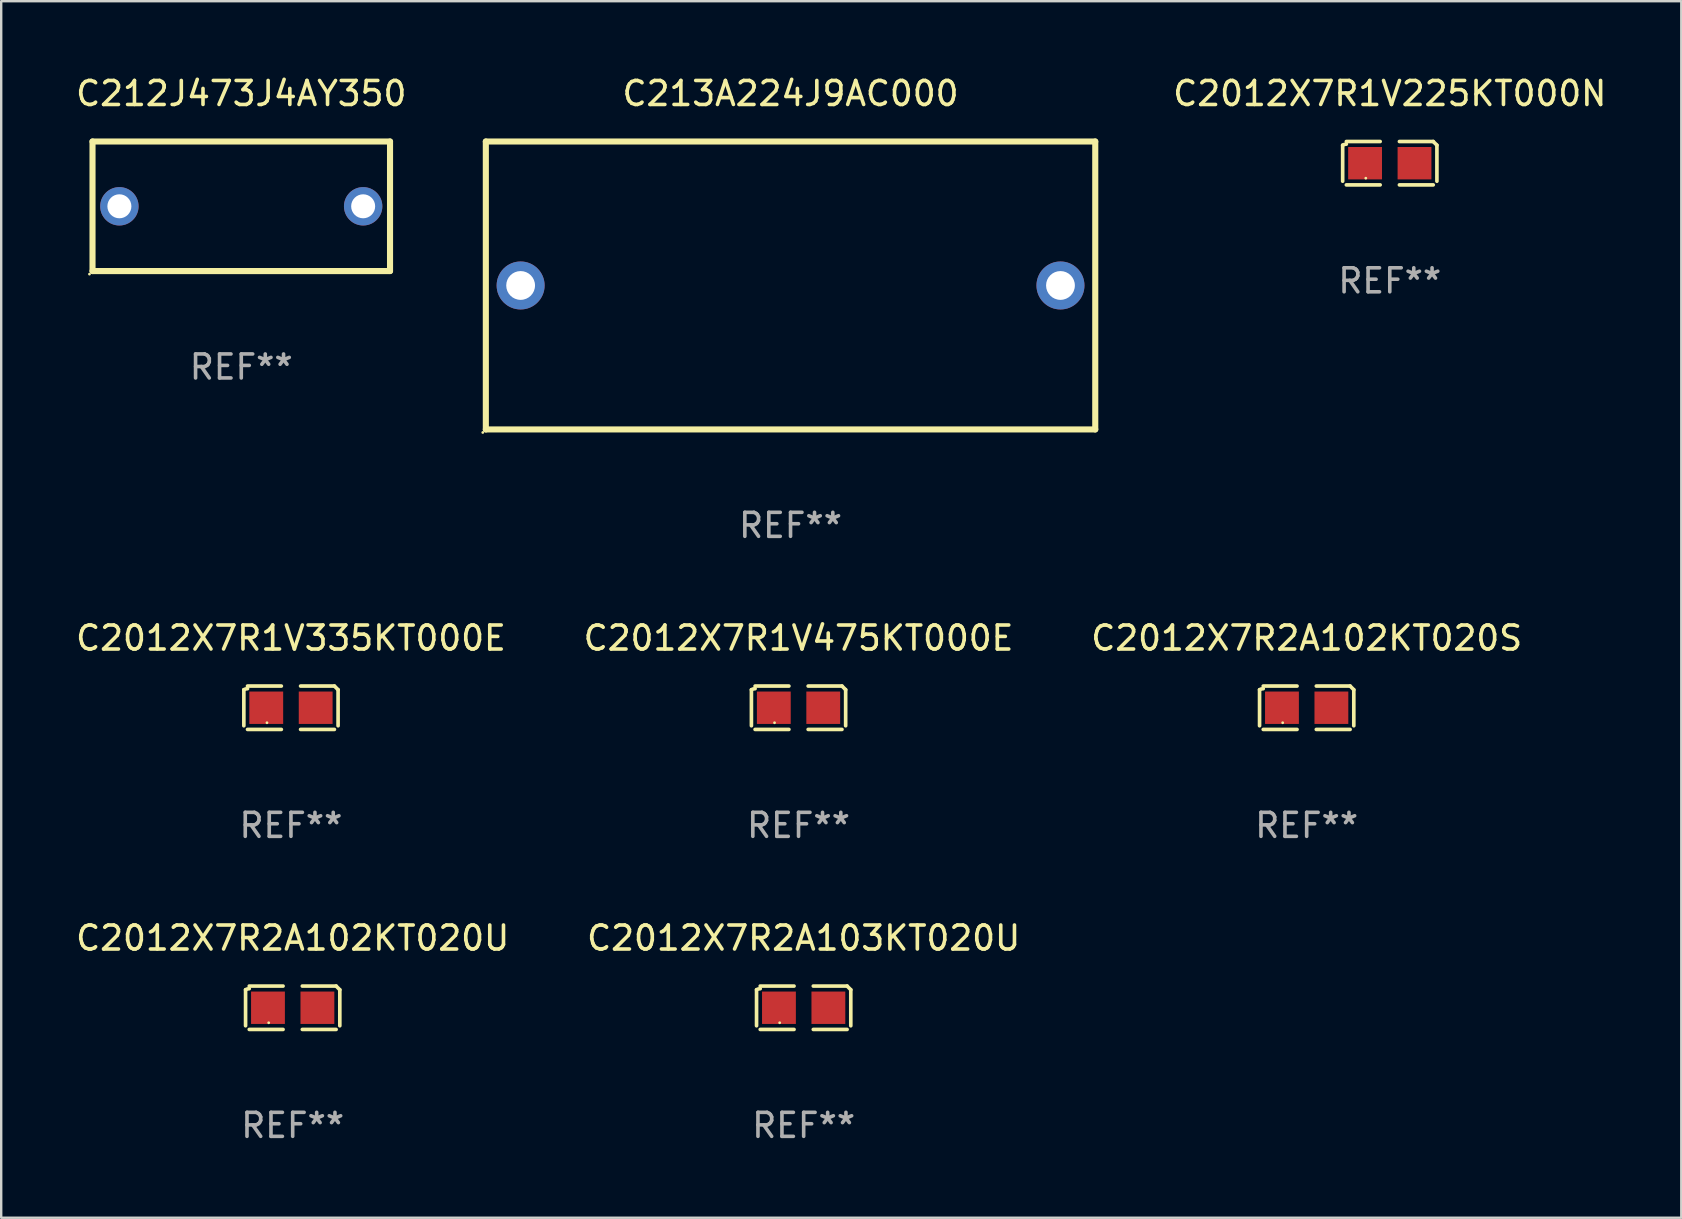
<source format=kicad_pcb>
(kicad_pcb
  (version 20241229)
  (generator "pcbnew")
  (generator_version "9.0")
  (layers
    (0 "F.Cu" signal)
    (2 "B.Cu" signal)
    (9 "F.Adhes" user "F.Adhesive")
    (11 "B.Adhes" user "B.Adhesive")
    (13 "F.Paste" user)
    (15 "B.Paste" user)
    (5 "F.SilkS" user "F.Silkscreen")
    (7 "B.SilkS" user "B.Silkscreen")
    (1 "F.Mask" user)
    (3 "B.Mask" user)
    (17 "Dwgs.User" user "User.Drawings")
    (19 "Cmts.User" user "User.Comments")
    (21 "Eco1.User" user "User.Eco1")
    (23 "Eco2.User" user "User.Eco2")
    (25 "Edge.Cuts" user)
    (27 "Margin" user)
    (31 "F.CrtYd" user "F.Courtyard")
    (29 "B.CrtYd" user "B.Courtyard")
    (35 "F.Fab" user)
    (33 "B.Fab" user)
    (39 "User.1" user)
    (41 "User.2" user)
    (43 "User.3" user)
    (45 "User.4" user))
  (footprint "C2012X7R2A102KT020U"
    (layer "F.Cu")
    (at 9.149 38.952)
    (property "Reference" "C2012X7R2A102KT020U" (at 0 -2.904 0) (layer "F.SilkS") (effects (font (size 1 1) (thickness 0.15))))
    (attr through_hole)
    (fp_line (start -1.964 0.751) (end -1.964 -0.751) (stroke (width 0.152) (type solid)) (layer "F.SilkS"))
    (fp_line (start -1.811 -0.904) (end -0.401 -0.904) (stroke (width 0.152) (type solid)) (layer "F.SilkS"))
    (fp_line (start -0.401 0.904) (end -1.811 0.904) (stroke (width 0.152) (type solid)) (layer "F.SilkS"))
    (fp_line (start 0.401 0.904) (end 1.811 0.904) (stroke (width 0.152) (type solid)) (layer "F.SilkS"))
    (fp_line (start 1.811 -0.904) (end 0.401 -0.904) (stroke (width 0.152) (type solid)) (layer "F.SilkS"))
    (fp_line (start 1.964 0.751) (end 1.964 -0.751) (stroke (width 0.152) (type solid)) (layer "F.SilkS"))
    (fp_arc (start -1.963602 -0.751207) (mid -1.890354 -0.783131) (end -1.811201 -0.794044) (stroke (width 0.1524) (type solid)) (layer "F.SilkS"))
    (fp_arc (start 1.811202 -0.903607) (mid 1.887413 -0.827418) (end 1.963602 -0.751207) (stroke (width 0.1524) (type solid)) (layer "F.SilkS"))
    (fp_circle (center -1 0.625) (end -0.97 0.625) (stroke (width 0.06) (type solid)) (fill no) (layer "F.SilkS"))
    (fp_text user "REF**" (at 0 4.904 0) (layer "F.Fab") (effects (font (size 1 1) (thickness 0.15))))
    (pad "1" smd rect (at -1.03 0) (size 1.41 1.35) (layers "F.Cu" "F.Mask" "F.Paste"))
    (pad "2" smd rect (at 1.03 0) (size 1.41 1.35) (layers "F.Cu" "F.Mask" "F.Paste")))
  (footprint "C2012X7R2A103KT020U"
    (layer "F.Cu")
    (at 30.446 38.952)
    (property "Reference" "C2012X7R2A103KT020U" (at 0 -2.904 0) (layer "F.SilkS") (effects (font (size 1 1) (thickness 0.15))))
    (attr through_hole)
    (fp_line (start -1.964 0.751) (end -1.964 -0.751) (stroke (width 0.152) (type solid)) (layer "F.SilkS"))
    (fp_line (start -1.811 -0.904) (end -0.401 -0.904) (stroke (width 0.152) (type solid)) (layer "F.SilkS"))
    (fp_line (start -0.401 0.904) (end -1.811 0.904) (stroke (width 0.152) (type solid)) (layer "F.SilkS"))
    (fp_line (start 0.401 0.904) (end 1.811 0.904) (stroke (width 0.152) (type solid)) (layer "F.SilkS"))
    (fp_line (start 1.811 -0.904) (end 0.401 -0.904) (stroke (width 0.152) (type solid)) (layer "F.SilkS"))
    (fp_line (start 1.964 0.751) (end 1.964 -0.751) (stroke (width 0.152) (type solid)) (layer "F.SilkS"))
    (fp_arc (start -1.963602 -0.751207) (mid -1.890354 -0.783131) (end -1.811201 -0.794044) (stroke (width 0.1524) (type solid)) (layer "F.SilkS"))
    (fp_arc (start 1.811202 -0.903607) (mid 1.887413 -0.827418) (end 1.963602 -0.751207) (stroke (width 0.1524) (type solid)) (layer "F.SilkS"))
    (fp_circle (center -1 0.625) (end -0.97 0.625) (stroke (width 0.06) (type solid)) (fill no) (layer "F.SilkS"))
    (fp_text user "REF**" (at 0 4.904 0) (layer "F.Fab") (effects (font (size 1 1) (thickness 0.15))))
    (pad "1" smd rect (at -1.03 0) (size 1.41 1.35) (layers "F.Cu" "F.Mask" "F.Paste"))
    (pad "2" smd rect (at 1.03 0) (size 1.41 1.35) (layers "F.Cu" "F.Mask" "F.Paste")))
  (footprint "C2012X7R1V335KT000E"
    (layer "F.Cu")
    (at 9.077 26.448)
    (property "Reference" "C2012X7R1V335KT000E" (at 0 -2.904 0) (layer "F.SilkS") (effects (font (size 1 1) (thickness 0.15))))
    (attr through_hole)
    (fp_line (start -1.964 0.751) (end -1.964 -0.751) (stroke (width 0.152) (type solid)) (layer "F.SilkS"))
    (fp_line (start -1.811 -0.904) (end -0.401 -0.904) (stroke (width 0.152) (type solid)) (layer "F.SilkS"))
    (fp_line (start -0.401 0.904) (end -1.811 0.904) (stroke (width 0.152) (type solid)) (layer "F.SilkS"))
    (fp_line (start 0.401 0.904) (end 1.811 0.904) (stroke (width 0.152) (type solid)) (layer "F.SilkS"))
    (fp_line (start 1.811 -0.904) (end 0.401 -0.904) (stroke (width 0.152) (type solid)) (layer "F.SilkS"))
    (fp_line (start 1.964 0.751) (end 1.964 -0.751) (stroke (width 0.152) (type solid)) (layer "F.SilkS"))
    (fp_arc (start -1.963602 -0.751207) (mid -1.890354 -0.783131) (end -1.811201 -0.794044) (stroke (width 0.1524) (type solid)) (layer "F.SilkS"))
    (fp_arc (start 1.811202 -0.903607) (mid 1.887413 -0.827418) (end 1.963602 -0.751207) (stroke (width 0.1524) (type solid)) (layer "F.SilkS"))
    (fp_circle (center -1 0.625) (end -0.97 0.625) (stroke (width 0.06) (type solid)) (fill no) (layer "F.SilkS"))
    (fp_text user "REF**" (at 0 4.904 0) (layer "F.Fab") (effects (font (size 1 1) (thickness 0.15))))
    (pad "1" smd rect (at -1.03 0) (size 1.41 1.35) (layers "F.Cu" "F.Mask" "F.Paste"))
    (pad "2" smd rect (at 1.03 0) (size 1.41 1.35) (layers "F.Cu" "F.Mask" "F.Paste")))
  (footprint "C2012X7R1V475KT000E"
    (layer "F.Cu")
    (at 30.232 26.448)
    (property "Reference" "C2012X7R1V475KT000E" (at 0 -2.904 0) (layer "F.SilkS") (effects (font (size 1 1) (thickness 0.15))))
    (attr through_hole)
    (fp_line (start -1.964 0.751) (end -1.964 -0.751) (stroke (width 0.152) (type solid)) (layer "F.SilkS"))
    (fp_line (start -1.811 -0.904) (end -0.401 -0.904) (stroke (width 0.152) (type solid)) (layer "F.SilkS"))
    (fp_line (start -0.401 0.904) (end -1.811 0.904) (stroke (width 0.152) (type solid)) (layer "F.SilkS"))
    (fp_line (start 0.401 0.904) (end 1.811 0.904) (stroke (width 0.152) (type solid)) (layer "F.SilkS"))
    (fp_line (start 1.811 -0.904) (end 0.401 -0.904) (stroke (width 0.152) (type solid)) (layer "F.SilkS"))
    (fp_line (start 1.964 0.751) (end 1.964 -0.751) (stroke (width 0.152) (type solid)) (layer "F.SilkS"))
    (fp_arc (start -1.963602 -0.751207) (mid -1.890354 -0.783131) (end -1.811201 -0.794044) (stroke (width 0.1524) (type solid)) (layer "F.SilkS"))
    (fp_arc (start 1.811202 -0.903607) (mid 1.887413 -0.827418) (end 1.963602 -0.751207) (stroke (width 0.1524) (type solid)) (layer "F.SilkS"))
    (fp_circle (center -1 0.625) (end -0.97 0.625) (stroke (width 0.06) (type solid)) (fill no) (layer "F.SilkS"))
    (fp_text user "REF**" (at 0 4.904 0) (layer "F.Fab") (effects (font (size 1 1) (thickness 0.15))))
    (pad "1" smd rect (at -1.03 0) (size 1.41 1.35) (layers "F.Cu" "F.Mask" "F.Paste"))
    (pad "2" smd rect (at 1.03 0) (size 1.41 1.35) (layers "F.Cu" "F.Mask" "F.Paste")))
  (footprint "C2012X7R2A102KT020S"
    (layer "F.Cu")
    (at 51.411 26.448)
    (property "Reference" "C2012X7R2A102KT020S" (at 0 -2.904 0) (layer "F.SilkS") (effects (font (size 1 1) (thickness 0.15))))
    (attr through_hole)
    (fp_line (start -1.964 0.751) (end -1.964 -0.751) (stroke (width 0.152) (type solid)) (layer "F.SilkS"))
    (fp_line (start -1.811 -0.904) (end -0.401 -0.904) (stroke (width 0.152) (type solid)) (layer "F.SilkS"))
    (fp_line (start -0.401 0.904) (end -1.811 0.904) (stroke (width 0.152) (type solid)) (layer "F.SilkS"))
    (fp_line (start 0.401 0.904) (end 1.811 0.904) (stroke (width 0.152) (type solid)) (layer "F.SilkS"))
    (fp_line (start 1.811 -0.904) (end 0.401 -0.904) (stroke (width 0.152) (type solid)) (layer "F.SilkS"))
    (fp_line (start 1.964 0.751) (end 1.964 -0.751) (stroke (width 0.152) (type solid)) (layer "F.SilkS"))
    (fp_arc (start -1.963602 -0.751207) (mid -1.890354 -0.783131) (end -1.811201 -0.794044) (stroke (width 0.1524) (type solid)) (layer "F.SilkS"))
    (fp_arc (start 1.811202 -0.903607) (mid 1.887413 -0.827418) (end 1.963602 -0.751207) (stroke (width 0.1524) (type solid)) (layer "F.SilkS"))
    (fp_circle (center -1 0.625) (end -0.97 0.625) (stroke (width 0.06) (type solid)) (fill no) (layer "F.SilkS"))
    (fp_text user "REF**" (at 0 4.904 0) (layer "F.Fab") (effects (font (size 1 1) (thickness 0.15))))
    (pad "1" smd rect (at -1.03 0) (size 1.41 1.35) (layers "F.Cu" "F.Mask" "F.Paste"))
    (pad "2" smd rect (at 1.03 0) (size 1.41 1.35) (layers "F.Cu" "F.Mask" "F.Paste")))
  (footprint "C2012X7R1V225KT000N"
    (layer "F.Cu")
    (at 54.875 3.752)
    (property "Reference" "C2012X7R1V225KT000N" (at 0 -2.904 0) (layer "F.SilkS") (effects (font (size 1 1) (thickness 0.15))))
    (attr through_hole)
    (fp_line (start -1.964 0.751) (end -1.964 -0.751) (stroke (width 0.152) (type solid)) (layer "F.SilkS"))
    (fp_line (start -1.811 -0.904) (end -0.401 -0.904) (stroke (width 0.152) (type solid)) (layer "F.SilkS"))
    (fp_line (start -0.401 0.904) (end -1.811 0.904) (stroke (width 0.152) (type solid)) (layer "F.SilkS"))
    (fp_line (start 0.401 0.904) (end 1.811 0.904) (stroke (width 0.152) (type solid)) (layer "F.SilkS"))
    (fp_line (start 1.811 -0.904) (end 0.401 -0.904) (stroke (width 0.152) (type solid)) (layer "F.SilkS"))
    (fp_line (start 1.964 0.751) (end 1.964 -0.751) (stroke (width 0.152) (type solid)) (layer "F.SilkS"))
    (fp_arc (start -1.963602 -0.751207) (mid -1.890354 -0.783131) (end -1.811201 -0.794044) (stroke (width 0.1524) (type solid)) (layer "F.SilkS"))
    (fp_arc (start 1.811202 -0.903607) (mid 1.887413 -0.827418) (end 1.963602 -0.751207) (stroke (width 0.1524) (type solid)) (layer "F.SilkS"))
    (fp_circle (center -1 0.625) (end -0.97 0.625) (stroke (width 0.06) (type solid)) (fill no) (layer "F.SilkS"))
    (fp_text user "REF**" (at 0 4.904 0) (layer "F.Fab") (effects (font (size 1 1) (thickness 0.15))))
    (pad "1" smd rect (at -1.03 0) (size 1.41 1.35) (layers "F.Cu" "F.Mask" "F.Paste"))
    (pad "2" smd rect (at 1.03 0) (size 1.41 1.35) (layers "F.Cu" "F.Mask" "F.Paste")))
  (footprint "C213A224J9AC000"
    (layer "F.Cu")
    (at 29.899 8.848)
    (property "Reference" "C213A224J9AC000" (at 0 -8 0) (layer "F.SilkS") (effects (font (size 1 1) (thickness 0.15))))
    (attr through_hole)
    (fp_line (start -12.7 -6) (end 12.7 -6) (stroke (width 0.254) (type solid)) (layer "F.SilkS"))
    (fp_line (start -12.7 6) (end -12.7 -6) (stroke (width 0.254) (type solid)) (layer "F.SilkS"))
    (fp_line (start 12.7 -6) (end 12.7 6) (stroke (width 0.254) (type solid)) (layer "F.SilkS"))
    (fp_line (start 12.7 6) (end -12.7 6) (stroke (width 0.254) (type solid)) (layer "F.SilkS"))
    (fp_circle (center -12.827 6.127) (end -12.797 6.127) (stroke (width 0.06) (type solid)) (fill no) (layer "F.SilkS"))
    (fp_text user "REF**" (at 0 10 0) (layer "F.Fab") (effects (font (size 1 1) (thickness 0.15))))
    (pad "1" thru_hole circle (at -11.25 0) (size 2 2) (drill 1.2) (layers "*.Cu" "*.Mask"))
    (pad "2" thru_hole circle (at 11.25 0) (size 2 2) (drill 1.2) (layers "*.Cu" "*.Mask")))
  (footprint "C212J473J4AY350"
    (layer "F.Cu")
    (at 7.006 5.548)
    (property "Reference" "C212J473J4AY350" (at 0 -4.7 0) (layer "F.SilkS") (effects (font (size 1 1) (thickness 0.15))))
    (attr through_hole)
    (fp_line (start -6.2 -2.7) (end 6.2 -2.7) (stroke (width 0.254) (type solid)) (layer "F.SilkS"))
    (fp_line (start -6.2 2.7) (end -6.2 -2.7) (stroke (width 0.254) (type solid)) (layer "F.SilkS"))
    (fp_line (start 6.2 -2.7) (end 6.2 2.7) (stroke (width 0.254) (type solid)) (layer "F.SilkS"))
    (fp_line (start 6.2 2.7) (end -6.2 2.7) (stroke (width 0.254) (type solid)) (layer "F.SilkS"))
    (fp_circle (center -6.327 2.827) (end -6.297 2.827) (stroke (width 0.06) (type solid)) (fill no) (layer "F.SilkS"))
    (fp_text user "REF**" (at 0 6.7 0) (layer "F.Fab") (effects (font (size 1 1) (thickness 0.15))))
    (pad "1" thru_hole circle (at -5.08 0) (size 1.6 1.6) (drill 1) (layers "*.Cu" "*.Mask"))
    (pad "2" thru_hole circle (at 5.08 0) (size 1.6 1.6) (drill 1) (layers "*.Cu" "*.Mask")))
  (gr_rect
    (start -3 -3)
    (end 67.024 47.704)
    (stroke (width 0.1) (type default))
    (fill no)
    (layer "Edge.Cuts")))
</source>
